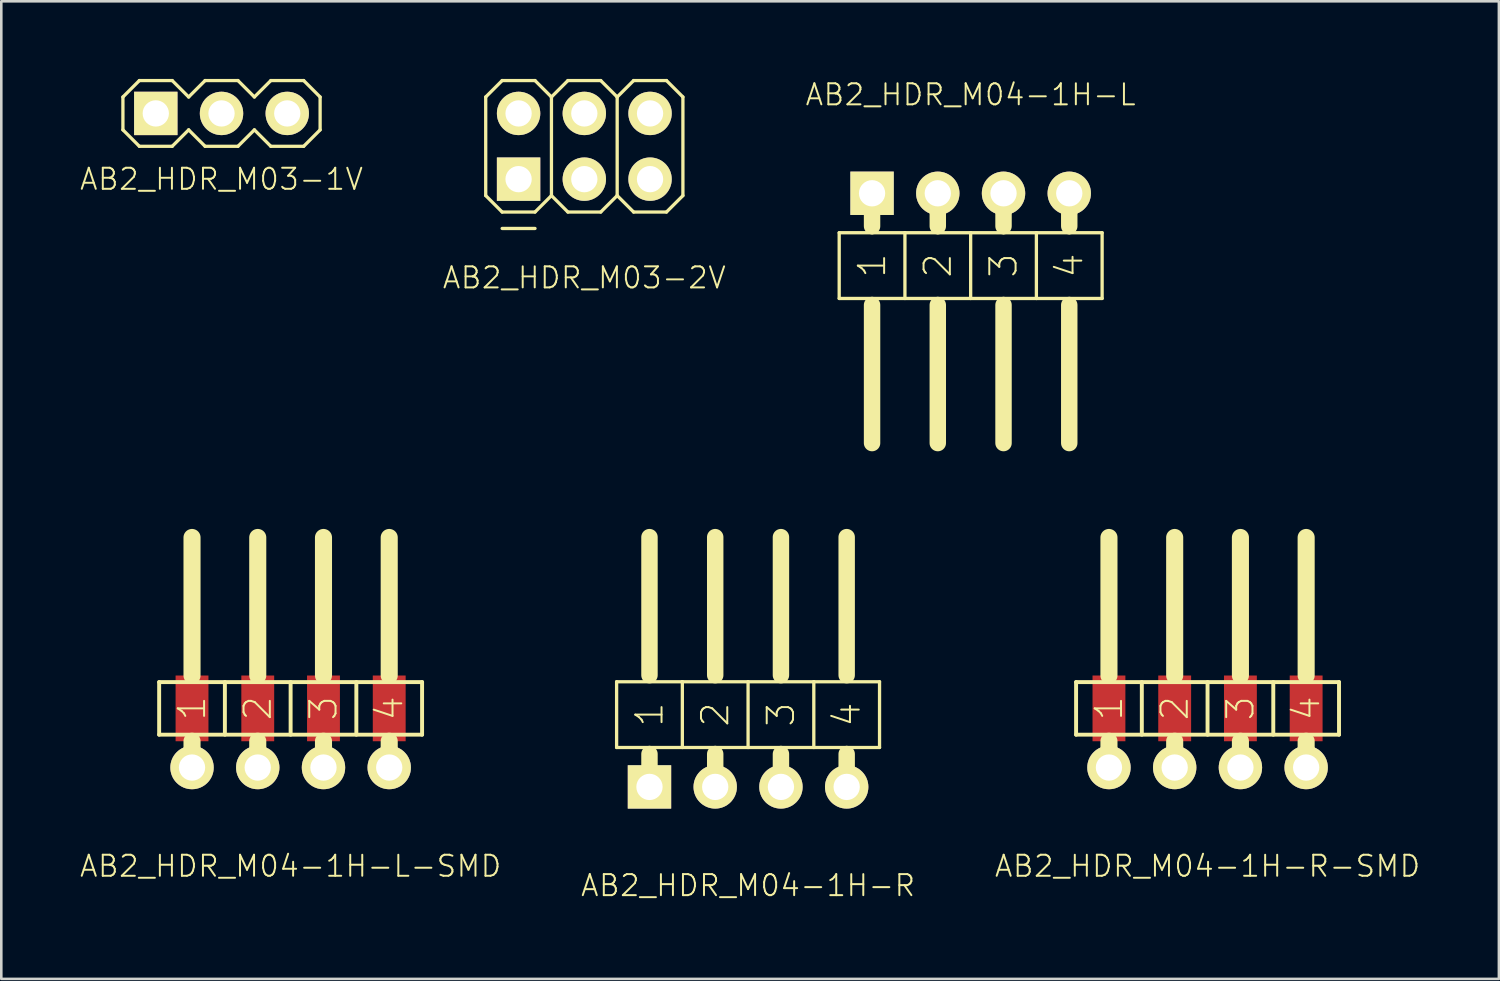
<source format=kicad_pcb>
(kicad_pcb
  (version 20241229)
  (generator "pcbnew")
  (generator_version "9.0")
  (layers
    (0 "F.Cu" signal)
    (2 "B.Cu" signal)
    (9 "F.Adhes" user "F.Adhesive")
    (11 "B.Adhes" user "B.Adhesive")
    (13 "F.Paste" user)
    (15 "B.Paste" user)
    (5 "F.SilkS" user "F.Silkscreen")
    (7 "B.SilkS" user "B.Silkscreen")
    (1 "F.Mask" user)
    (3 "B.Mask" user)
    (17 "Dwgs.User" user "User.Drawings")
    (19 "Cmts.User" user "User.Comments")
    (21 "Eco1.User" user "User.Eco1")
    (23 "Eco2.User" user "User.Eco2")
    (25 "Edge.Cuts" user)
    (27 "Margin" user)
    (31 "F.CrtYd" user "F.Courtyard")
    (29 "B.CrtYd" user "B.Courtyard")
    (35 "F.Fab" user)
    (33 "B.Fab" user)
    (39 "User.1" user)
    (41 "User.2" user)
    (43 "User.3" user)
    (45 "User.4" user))
  (footprint "AB2_HDR_M04-1H-R"
    (layer "F.Cu")
    (at 25.857 27.358)
    (property "Reference" "AB2_HDR_M04-1H-R" (at 0 3.81 0) (layer "F.SilkS") (effects (font (size 0.813 0.813) (thickness 0.076))))
    (attr through_hole)
    (fp_line (start -5.08 -4.064) (end -5.08 -1.524) (stroke (width 0.127) (type solid)) (layer "F.SilkS"))
    (fp_line (start -5.08 -1.524) (end -3.81 -1.524) (stroke (width 0.127) (type solid)) (layer "F.SilkS"))
    (fp_line (start -3.81 -4.318) (end -3.81 -9.652) (stroke (width 0.635) (type solid)) (layer "F.SilkS"))
    (fp_line (start -3.81 -1.524) (end -2.54 -1.524) (stroke (width 0.127) (type solid)) (layer "F.SilkS"))
    (fp_line (start -3.81 -1.27) (end -3.81 0) (stroke (width 0.635) (type solid)) (layer "F.SilkS"))
    (fp_line (start -2.54 -4.064) (end -5.08 -4.064) (stroke (width 0.127) (type solid)) (layer "F.SilkS"))
    (fp_line (start -2.54 -1.524) (end -2.54 -4.064) (stroke (width 0.127) (type solid)) (layer "F.SilkS"))
    (fp_line (start -2.54 -1.524) (end -1.27 -1.524) (stroke (width 0.127) (type solid)) (layer "F.SilkS"))
    (fp_line (start -1.27 -4.318) (end -1.27 -9.652) (stroke (width 0.635) (type solid)) (layer "F.SilkS"))
    (fp_line (start -1.27 -1.524) (end 0 -1.524) (stroke (width 0.127) (type solid)) (layer "F.SilkS"))
    (fp_line (start -1.27 -1.27) (end -1.27 0) (stroke (width 0.635) (type solid)) (layer "F.SilkS"))
    (fp_line (start 0 -4.064) (end -2.54 -4.064) (stroke (width 0.127) (type solid)) (layer "F.SilkS"))
    (fp_line (start 0 -1.524) (end 0 -4.064) (stroke (width 0.127) (type solid)) (layer "F.SilkS"))
    (fp_line (start 0 -1.524) (end 1.27 -1.524) (stroke (width 0.127) (type solid)) (layer "F.SilkS"))
    (fp_line (start 1.27 -4.318) (end 1.27 -9.652) (stroke (width 0.635) (type solid)) (layer "F.SilkS"))
    (fp_line (start 1.27 -1.524) (end 2.54 -1.524) (stroke (width 0.127) (type solid)) (layer "F.SilkS"))
    (fp_line (start 1.27 -1.27) (end 1.27 0) (stroke (width 0.635) (type solid)) (layer "F.SilkS"))
    (fp_line (start 2.54 -4.064) (end 0 -4.064) (stroke (width 0.127) (type solid)) (layer "F.SilkS"))
    (fp_line (start 2.54 -1.524) (end 2.54 -4.064) (stroke (width 0.127) (type solid)) (layer "F.SilkS"))
    (fp_line (start 2.54 -1.524) (end 3.81 -1.524) (stroke (width 0.127) (type solid)) (layer "F.SilkS"))
    (fp_line (start 3.81 -4.318) (end 3.81 -9.652) (stroke (width 0.635) (type solid)) (layer "F.SilkS"))
    (fp_line (start 3.81 -1.524) (end 5.08 -1.524) (stroke (width 0.127) (type solid)) (layer "F.SilkS"))
    (fp_line (start 3.81 -1.27) (end 3.81 0) (stroke (width 0.635) (type solid)) (layer "F.SilkS"))
    (fp_line (start 5.08 -4.064) (end 2.54 -4.064) (stroke (width 0.127) (type solid)) (layer "F.SilkS"))
    (fp_line (start 5.08 -1.524) (end 5.08 -4.064) (stroke (width 0.127) (type solid)) (layer "F.SilkS"))
    (fp_text user "1" (at -3.81 -2.794 270) (layer "F.SilkS") (effects (font (size 1.016 1.016) (thickness 0.076))))
    (fp_text user "2" (at -1.27 -2.794 90) (layer "F.SilkS") (effects (font (size 1.016 1.016) (thickness 0.076))))
    (fp_text user "3" (at 1.27 -2.794 90) (layer "F.SilkS") (effects (font (size 1.016 1.016) (thickness 0.076))))
    (fp_text user "4" (at 3.81 -2.794 90) (layer "F.SilkS") (effects (font (size 1.016 1.016) (thickness 0.076))))
    (pad "1" thru_hole rect (at -3.81 0) (size 1.676 1.676) (drill 1.016) (layers "*.Cu" "*.Mask" "F.SilkS"))
    (pad "2" thru_hole circle (at -1.27 0) (size 1.676 1.676) (drill 1.016) (layers "*.Cu" "*.Mask" "F.SilkS"))
    (pad "3" thru_hole circle (at 1.27 0) (size 1.676 1.676) (drill 1.016) (layers "*.Cu" "*.Mask" "F.SilkS"))
    (pad "4" thru_hole circle (at 3.81 0) (size 1.676 1.676) (drill 1.016) (layers "*.Cu" "*.Mask" "F.SilkS")))
  (footprint "AB2_HDR_M03-2V"
    (layer "F.Cu")
    (at 19.529 2.603)
    (property "Reference" "AB2_HDR_M03-2V" (at 0 5.08 0) (layer "F.SilkS") (effects (font (size 0.813 0.813) (thickness 0.076))))
    (attr through_hole)
    (fp_line (start -3.81 -1.905) (end -3.175 -2.54) (stroke (width 0.127) (type solid)) (layer "F.SilkS"))
    (fp_line (start -3.81 1.905) (end -3.81 -1.905) (stroke (width 0.127) (type solid)) (layer "F.SilkS"))
    (fp_line (start -3.175 -2.54) (end -1.905 -2.54) (stroke (width 0.127) (type solid)) (layer "F.SilkS"))
    (fp_line (start -3.175 2.54) (end -3.81 1.905) (stroke (width 0.127) (type solid)) (layer "F.SilkS"))
    (fp_line (start -3.175 3.175) (end -1.905 3.175) (stroke (width 0.127) (type solid)) (layer "F.SilkS"))
    (fp_line (start -1.905 -2.54) (end -1.27 -1.905) (stroke (width 0.127) (type solid)) (layer "F.SilkS"))
    (fp_line (start -1.905 2.54) (end -3.175 2.54) (stroke (width 0.127) (type solid)) (layer "F.SilkS"))
    (fp_line (start -1.27 -1.905) (end -1.27 1.905) (stroke (width 0.127) (type solid)) (layer "F.SilkS"))
    (fp_line (start -1.27 -1.905) (end -0.635 -2.54) (stroke (width 0.127) (type solid)) (layer "F.SilkS"))
    (fp_line (start -1.27 1.905) (end -1.905 2.54) (stroke (width 0.127) (type solid)) (layer "F.SilkS"))
    (fp_line (start -0.635 -2.54) (end 0.635 -2.54) (stroke (width 0.127) (type solid)) (layer "F.SilkS"))
    (fp_line (start -0.635 2.54) (end -1.27 1.905) (stroke (width 0.127) (type solid)) (layer "F.SilkS"))
    (fp_line (start 0.635 -2.54) (end 1.27 -1.905) (stroke (width 0.127) (type solid)) (layer "F.SilkS"))
    (fp_line (start 0.635 2.54) (end -0.635 2.54) (stroke (width 0.127) (type solid)) (layer "F.SilkS"))
    (fp_line (start 1.27 -1.905) (end 1.27 1.905) (stroke (width 0.127) (type solid)) (layer "F.SilkS"))
    (fp_line (start 1.27 -1.905) (end 1.905 -2.54) (stroke (width 0.127) (type solid)) (layer "F.SilkS"))
    (fp_line (start 1.27 1.905) (end 0.635 2.54) (stroke (width 0.127) (type solid)) (layer "F.SilkS"))
    (fp_line (start 1.905 -2.54) (end 3.175 -2.54) (stroke (width 0.127) (type solid)) (layer "F.SilkS"))
    (fp_line (start 1.905 2.54) (end 1.27 1.905) (stroke (width 0.127) (type solid)) (layer "F.SilkS"))
    (fp_line (start 3.175 -2.54) (end 3.81 -1.905) (stroke (width 0.127) (type solid)) (layer "F.SilkS"))
    (fp_line (start 3.175 2.54) (end 1.905 2.54) (stroke (width 0.127) (type solid)) (layer "F.SilkS"))
    (fp_line (start 3.81 -1.905) (end 3.81 1.905) (stroke (width 0.127) (type solid)) (layer "F.SilkS"))
    (fp_line (start 3.81 1.905) (end 3.175 2.54) (stroke (width 0.127) (type solid)) (layer "F.SilkS"))
    (pad "1" thru_hole rect (at -2.54 1.27) (size 1.676 1.676) (drill 1.016) (layers "*.Cu" "*.Mask" "F.SilkS"))
    (pad "2" thru_hole circle (at -2.54 -1.27) (size 1.676 1.676) (drill 1.016) (layers "*.Cu" "*.Mask" "F.SilkS"))
    (pad "3" thru_hole circle (at 0 1.27) (size 1.676 1.676) (drill 1.016) (layers "*.Cu" "*.Mask" "F.SilkS"))
    (pad "4" thru_hole circle (at 0 -1.27) (size 1.676 1.676) (drill 1.016) (layers "*.Cu" "*.Mask" "F.SilkS"))
    (pad "5" thru_hole circle (at 2.54 1.27) (size 1.676 1.676) (drill 1.016) (layers "*.Cu" "*.Mask" "F.SilkS"))
    (pad "6" thru_hole circle (at 2.54 -1.27) (size 1.676 1.676) (drill 1.016) (layers "*.Cu" "*.Mask" "F.SilkS")))
  (footprint "AB2_HDR_M04-1H-L"
    (layer "F.Cu")
    (at 34.458 4.419)
    (property "Reference" "AB2_HDR_M04-1H-L" (at 0 -3.81 0) (layer "F.SilkS") (effects (font (size 0.813 0.813) (thickness 0.076))))
    (attr through_hole)
    (fp_line (start -5.08 1.524) (end -5.08 4.064) (stroke (width 0.127) (type solid)) (layer "F.SilkS"))
    (fp_line (start -5.08 4.064) (end -3.81 4.064) (stroke (width 0.127) (type solid)) (layer "F.SilkS"))
    (fp_line (start -3.81 0) (end -3.81 1.27) (stroke (width 0.635) (type solid)) (layer "F.SilkS"))
    (fp_line (start -3.81 1.524) (end -5.08 1.524) (stroke (width 0.127) (type solid)) (layer "F.SilkS"))
    (fp_line (start -3.81 4.064) (end -2.54 4.064) (stroke (width 0.127) (type solid)) (layer "F.SilkS"))
    (fp_line (start -3.81 4.318) (end -3.81 9.652) (stroke (width 0.635) (type solid)) (layer "F.SilkS"))
    (fp_line (start -2.54 1.524) (end -3.81 1.524) (stroke (width 0.127) (type solid)) (layer "F.SilkS"))
    (fp_line (start -2.54 4.064) (end -2.54 1.524) (stroke (width 0.127) (type solid)) (layer "F.SilkS"))
    (fp_line (start -2.54 4.064) (end -1.27 4.064) (stroke (width 0.127) (type solid)) (layer "F.SilkS"))
    (fp_line (start -1.27 0) (end -1.27 1.27) (stroke (width 0.635) (type solid)) (layer "F.SilkS"))
    (fp_line (start -1.27 1.524) (end -2.54 1.524) (stroke (width 0.127) (type solid)) (layer "F.SilkS"))
    (fp_line (start -1.27 4.064) (end 0 4.064) (stroke (width 0.127) (type solid)) (layer "F.SilkS"))
    (fp_line (start -1.27 4.318) (end -1.27 9.652) (stroke (width 0.635) (type solid)) (layer "F.SilkS"))
    (fp_line (start 0 1.524) (end -1.27 1.524) (stroke (width 0.127) (type solid)) (layer "F.SilkS"))
    (fp_line (start 0 4.064) (end 0 1.524) (stroke (width 0.127) (type solid)) (layer "F.SilkS"))
    (fp_line (start 0 4.064) (end 1.27 4.064) (stroke (width 0.127) (type solid)) (layer "F.SilkS"))
    (fp_line (start 1.27 0) (end 1.27 1.27) (stroke (width 0.635) (type solid)) (layer "F.SilkS"))
    (fp_line (start 1.27 1.524) (end 0 1.524) (stroke (width 0.127) (type solid)) (layer "F.SilkS"))
    (fp_line (start 1.27 4.064) (end 2.54 4.064) (stroke (width 0.127) (type solid)) (layer "F.SilkS"))
    (fp_line (start 1.27 4.318) (end 1.27 9.652) (stroke (width 0.635) (type solid)) (layer "F.SilkS"))
    (fp_line (start 2.54 1.524) (end 1.27 1.524) (stroke (width 0.127) (type solid)) (layer "F.SilkS"))
    (fp_line (start 2.54 4.064) (end 2.54 1.524) (stroke (width 0.127) (type solid)) (layer "F.SilkS"))
    (fp_line (start 2.54 4.064) (end 3.81 4.064) (stroke (width 0.127) (type solid)) (layer "F.SilkS"))
    (fp_line (start 3.81 0) (end 3.81 1.27) (stroke (width 0.635) (type solid)) (layer "F.SilkS"))
    (fp_line (start 3.81 1.524) (end 2.54 1.524) (stroke (width 0.127) (type solid)) (layer "F.SilkS"))
    (fp_line (start 3.81 4.064) (end 5.08 4.064) (stroke (width 0.127) (type solid)) (layer "F.SilkS"))
    (fp_line (start 3.81 4.318) (end 3.81 9.652) (stroke (width 0.635) (type solid)) (layer "F.SilkS"))
    (fp_line (start 5.08 1.524) (end 3.81 1.524) (stroke (width 0.127) (type solid)) (layer "F.SilkS"))
    (fp_line (start 5.08 4.064) (end 5.08 1.524) (stroke (width 0.127) (type solid)) (layer "F.SilkS"))
    (fp_text user "2" (at -1.27 2.794 90) (layer "F.SilkS") (effects (font (size 1.016 1.016) (thickness 0.076))))
    (fp_text user "4" (at 3.81 2.794 90) (layer "F.SilkS") (effects (font (size 1.016 1.016) (thickness 0.076))))
    (fp_text user "1" (at -3.81 2.794 90) (layer "F.SilkS") (effects (font (size 1.016 1.016) (thickness 0.076))))
    (fp_text user "3" (at 1.27 2.794 90) (layer "F.SilkS") (effects (font (size 1.016 1.016) (thickness 0.076))))
    (pad "1" thru_hole rect (at -3.81 0) (size 1.676 1.676) (drill 1.016) (layers "*.Cu" "*.Mask" "F.SilkS"))
    (pad "2" thru_hole circle (at -1.27 0) (size 1.676 1.676) (drill 1.016) (layers "*.Cu" "*.Mask" "F.SilkS"))
    (pad "3" thru_hole circle (at 1.27 0) (size 1.676 1.676) (drill 1.016) (layers "*.Cu" "*.Mask" "F.SilkS"))
    (pad "4" thru_hole circle (at 3.81 0) (size 1.676 1.676) (drill 1.016) (layers "*.Cu" "*.Mask" "F.SilkS")))
  (footprint "AB2_HDR_M04-1H-R-SMD"
    (layer "F.Cu")
    (at 43.612 26.609)
    (property "Reference" "AB2_HDR_M04-1H-R-SMD" (at 0 3.81 0) (layer "F.SilkS") (effects (font (size 0.813 0.813) (thickness 0.076))))
    (attr through_hole)
    (fp_line (start -5.08 -1.27) (end -5.08 -3.302) (stroke (width 0.152) (type solid)) (layer "F.SilkS"))
    (fp_line (start -3.81 -3.556) (end -3.81 -8.89) (stroke (width 0.66) (type solid)) (layer "F.SilkS"))
    (fp_line (start -3.81 0) (end -3.81 -1.016) (stroke (width 0.66) (type solid)) (layer "F.SilkS"))
    (fp_line (start -2.54 -1.27) (end -2.54 -3.302) (stroke (width 0.152) (type solid)) (layer "F.SilkS"))
    (fp_line (start -1.27 -3.556) (end -1.27 -8.89) (stroke (width 0.66) (type solid)) (layer "F.SilkS"))
    (fp_line (start -1.27 0) (end -1.27 -1.016) (stroke (width 0.66) (type solid)) (layer "F.SilkS"))
    (fp_line (start 0 -1.27) (end 0 -3.302) (stroke (width 0.152) (type solid)) (layer "F.SilkS"))
    (fp_line (start 1.27 -3.556) (end 1.27 -8.89) (stroke (width 0.66) (type solid)) (layer "F.SilkS"))
    (fp_line (start 1.27 0) (end 1.27 -1.016) (stroke (width 0.66) (type solid)) (layer "F.SilkS"))
    (fp_line (start 2.54 -1.27) (end 2.54 -3.302) (stroke (width 0.152) (type solid)) (layer "F.SilkS"))
    (fp_line (start 3.81 -3.556) (end 3.81 -8.89) (stroke (width 0.66) (type solid)) (layer "F.SilkS"))
    (fp_line (start 3.81 0) (end 3.81 -1.016) (stroke (width 0.66) (type solid)) (layer "F.SilkS"))
    (fp_line (start 5.08 -3.302) (end -5.08 -3.302) (stroke (width 0.152) (type solid)) (layer "F.SilkS"))
    (fp_line (start 5.08 -3.302) (end 5.08 -1.27) (stroke (width 0.152) (type solid)) (layer "F.SilkS"))
    (fp_line (start 5.08 -1.27) (end -5.08 -1.27) (stroke (width 0.152) (type solid)) (layer "F.SilkS"))
    (fp_text user "3" (at 1.27 -2.286 270) (layer "F.SilkS") (effects (font (size 1.016 1.016) (thickness 0.076))))
    (fp_text user "4" (at 3.81 -2.286 270) (layer "F.SilkS") (effects (font (size 1.016 1.016) (thickness 0.076))))
    (fp_text user "2" (at -1.27 -2.286 270) (layer "F.SilkS") (effects (font (size 1.016 1.016) (thickness 0.076))))
    (fp_text user "1" (at -3.81 -2.286 270) (layer "F.SilkS") (effects (font (size 1.016 1.016) (thickness 0.076))))
    (pad "1" smd rect (at -3.81 -2.286) (size 1.27 2.54) (layers "F.Cu" "F.Mask" "F.Paste"))
    (pad "1" thru_hole circle (at -3.81 0) (size 1.676 1.676) (drill 1.016) (layers "*.Cu" "*.Mask" "F.SilkS"))
    (pad "2" smd rect (at -1.27 -2.286) (size 1.27 2.54) (layers "F.Cu" "F.Mask" "F.Paste"))
    (pad "2" thru_hole circle (at -1.27 0) (size 1.676 1.676) (drill 1.016) (layers "*.Cu" "*.Mask" "F.SilkS"))
    (pad "3" smd rect (at 1.27 -2.286) (size 1.27 2.54) (layers "F.Cu" "F.Mask" "F.Paste"))
    (pad "3" thru_hole circle (at 1.27 0) (size 1.676 1.676) (drill 1.016) (layers "*.Cu" "*.Mask" "F.SilkS"))
    (pad "4" smd rect (at 3.81 -2.286) (size 1.27 2.54) (layers "F.Cu" "F.Mask" "F.Paste"))
    (pad "4" thru_hole circle (at 3.81 0) (size 1.676 1.676) (drill 1.016) (layers "*.Cu" "*.Mask" "F.SilkS")))
  (footprint "AB2_HDR_M04-1H-L-SMD"
    (layer "F.Cu")
    (at 8.18 26.609)
    (property "Reference" "AB2_HDR_M04-1H-L-SMD" (at 0 3.81 0) (layer "F.SilkS") (effects (font (size 0.813 0.813) (thickness 0.076))))
    (attr through_hole)
    (fp_line (start -5.08 -1.27) (end -5.08 -3.302) (stroke (width 0.152) (type solid)) (layer "F.SilkS"))
    (fp_line (start -3.81 -3.556) (end -3.81 -8.89) (stroke (width 0.66) (type solid)) (layer "F.SilkS"))
    (fp_line (start -3.81 0) (end -3.81 -1.016) (stroke (width 0.66) (type solid)) (layer "F.SilkS"))
    (fp_line (start -2.54 -1.27) (end -2.54 -3.302) (stroke (width 0.152) (type solid)) (layer "F.SilkS"))
    (fp_line (start -1.27 -3.556) (end -1.27 -8.89) (stroke (width 0.66) (type solid)) (layer "F.SilkS"))
    (fp_line (start -1.27 0) (end -1.27 -1.016) (stroke (width 0.66) (type solid)) (layer "F.SilkS"))
    (fp_line (start 0 -1.27) (end 0 -3.302) (stroke (width 0.152) (type solid)) (layer "F.SilkS"))
    (fp_line (start 1.27 -3.556) (end 1.27 -8.89) (stroke (width 0.66) (type solid)) (layer "F.SilkS"))
    (fp_line (start 1.27 0) (end 1.27 -1.016) (stroke (width 0.66) (type solid)) (layer "F.SilkS"))
    (fp_line (start 2.54 -1.27) (end 2.54 -3.302) (stroke (width 0.152) (type solid)) (layer "F.SilkS"))
    (fp_line (start 3.81 -3.556) (end 3.81 -8.89) (stroke (width 0.66) (type solid)) (layer "F.SilkS"))
    (fp_line (start 3.81 0) (end 3.81 -1.016) (stroke (width 0.66) (type solid)) (layer "F.SilkS"))
    (fp_line (start 5.08 -3.302) (end -5.08 -3.302) (stroke (width 0.152) (type solid)) (layer "F.SilkS"))
    (fp_line (start 5.08 -3.302) (end 5.08 -1.27) (stroke (width 0.152) (type solid)) (layer "F.SilkS"))
    (fp_line (start 5.08 -1.27) (end -5.08 -1.27) (stroke (width 0.152) (type solid)) (layer "F.SilkS"))
    (fp_text user "1" (at -3.81 -2.286 270) (layer "F.SilkS") (effects (font (size 1.016 1.016) (thickness 0.076))))
    (fp_text user "3" (at 1.27 -2.286 270) (layer "F.SilkS") (effects (font (size 1.016 1.016) (thickness 0.076))))
    (fp_text user "2" (at -1.27 -2.286 270) (layer "F.SilkS") (effects (font (size 1.016 1.016) (thickness 0.076))))
    (fp_text user "4" (at 3.81 -2.286 270) (layer "F.SilkS") (effects (font (size 1.016 1.016) (thickness 0.076))))
    (pad "1" smd rect (at -3.81 -2.286) (size 1.27 2.54) (layers "F.Cu" "F.Mask" "F.Paste"))
    (pad "1" thru_hole circle (at -3.81 0) (size 1.676 1.676) (drill 1.016) (layers "*.Cu" "*.Mask" "F.SilkS"))
    (pad "2" smd rect (at -1.27 -2.286) (size 1.27 2.54) (layers "F.Cu" "F.Mask" "F.Paste"))
    (pad "2" thru_hole circle (at -1.27 0) (size 1.676 1.676) (drill 1.016) (layers "*.Cu" "*.Mask" "F.SilkS"))
    (pad "3" smd rect (at 1.27 -2.286) (size 1.27 2.54) (layers "F.Cu" "F.Mask" "F.Paste"))
    (pad "3" thru_hole circle (at 1.27 0) (size 1.676 1.676) (drill 1.016) (layers "*.Cu" "*.Mask" "F.SilkS"))
    (pad "4" smd rect (at 3.81 -2.286) (size 1.27 2.54) (layers "F.Cu" "F.Mask" "F.Paste"))
    (pad "4" thru_hole circle (at 3.81 0) (size 1.676 1.676) (drill 1.016) (layers "*.Cu" "*.Mask" "F.SilkS")))
  (footprint "AB2_HDR_M03-1V"
    (layer "F.Cu")
    (at 5.51 1.333)
    (property "Reference" "AB2_HDR_M03-1V" (at 0 2.54 0) (layer "F.SilkS") (effects (font (size 0.813 0.813) (thickness 0.076))))
    (attr through_hole)
    (fp_line (start -3.81 -0.635) (end -3.175 -1.27) (stroke (width 0.127) (type solid)) (layer "F.SilkS"))
    (fp_line (start -3.81 0.635) (end -3.81 -0.635) (stroke (width 0.127) (type solid)) (layer "F.SilkS"))
    (fp_line (start -3.175 -1.27) (end -1.905 -1.27) (stroke (width 0.127) (type solid)) (layer "F.SilkS"))
    (fp_line (start -3.175 1.27) (end -3.81 0.635) (stroke (width 0.127) (type solid)) (layer "F.SilkS"))
    (fp_line (start -1.905 -1.27) (end -1.27 -0.635) (stroke (width 0.127) (type solid)) (layer "F.SilkS"))
    (fp_line (start -1.905 1.27) (end -3.175 1.27) (stroke (width 0.127) (type solid)) (layer "F.SilkS"))
    (fp_line (start -1.27 -0.635) (end -0.635 -1.27) (stroke (width 0.127) (type solid)) (layer "F.SilkS"))
    (fp_line (start -1.27 0.635) (end -1.905 1.27) (stroke (width 0.127) (type solid)) (layer "F.SilkS"))
    (fp_line (start -0.635 -1.27) (end 0.635 -1.27) (stroke (width 0.127) (type solid)) (layer "F.SilkS"))
    (fp_line (start -0.635 1.27) (end -1.27 0.635) (stroke (width 0.127) (type solid)) (layer "F.SilkS"))
    (fp_line (start 0.635 -1.27) (end 1.27 -0.635) (stroke (width 0.127) (type solid)) (layer "F.SilkS"))
    (fp_line (start 0.635 1.27) (end -0.635 1.27) (stroke (width 0.127) (type solid)) (layer "F.SilkS"))
    (fp_line (start 1.27 -0.635) (end 1.905 -1.27) (stroke (width 0.127) (type solid)) (layer "F.SilkS"))
    (fp_line (start 1.27 0.635) (end 0.635 1.27) (stroke (width 0.127) (type solid)) (layer "F.SilkS"))
    (fp_line (start 1.905 -1.27) (end 3.175 -1.27) (stroke (width 0.127) (type solid)) (layer "F.SilkS"))
    (fp_line (start 1.905 1.27) (end 1.27 0.635) (stroke (width 0.127) (type solid)) (layer "F.SilkS"))
    (fp_line (start 3.175 -1.27) (end 3.81 -0.635) (stroke (width 0.127) (type solid)) (layer "F.SilkS"))
    (fp_line (start 3.175 1.27) (end 1.905 1.27) (stroke (width 0.127) (type solid)) (layer "F.SilkS"))
    (fp_line (start 3.81 -0.635) (end 3.81 0.635) (stroke (width 0.127) (type solid)) (layer "F.SilkS"))
    (fp_line (start 3.81 0.635) (end 3.175 1.27) (stroke (width 0.127) (type solid)) (layer "F.SilkS"))
    (pad "1" thru_hole rect (at -2.54 0) (size 1.676 1.676) (drill 1.016) (layers "*.Cu" "*.Mask" "F.SilkS"))
    (pad "2" thru_hole circle (at 0 0) (size 1.676 1.676) (drill 1.016) (layers "*.Cu" "*.Mask" "F.SilkS"))
    (pad "3" thru_hole circle (at 2.54 0) (size 1.676 1.676) (drill 1.016) (layers "*.Cu" "*.Mask" "F.SilkS")))
  (gr_rect
    (start -3 -3)
    (end 54.87 34.777)
    (stroke (width 0.1) (type default))
    (fill no)
    (layer "Edge.Cuts")))
</source>
